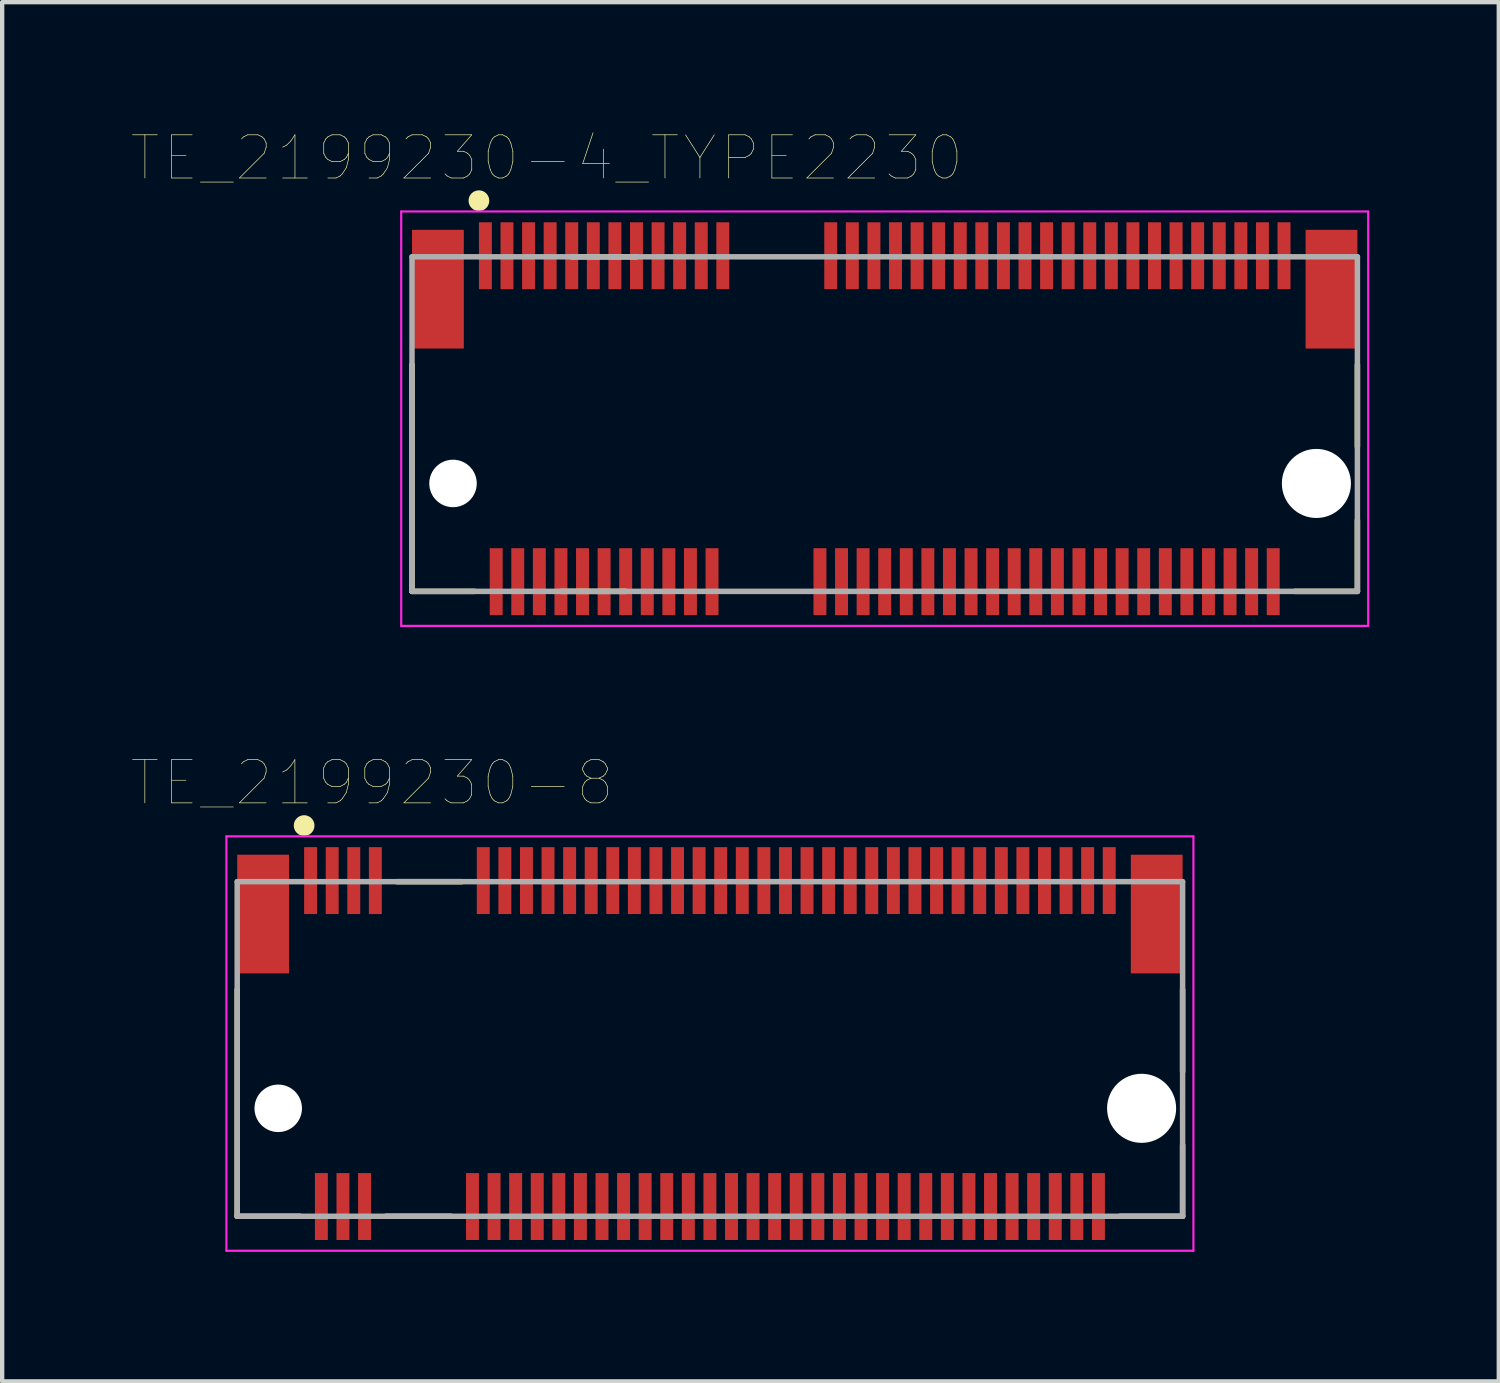
<source format=kicad_pcb>
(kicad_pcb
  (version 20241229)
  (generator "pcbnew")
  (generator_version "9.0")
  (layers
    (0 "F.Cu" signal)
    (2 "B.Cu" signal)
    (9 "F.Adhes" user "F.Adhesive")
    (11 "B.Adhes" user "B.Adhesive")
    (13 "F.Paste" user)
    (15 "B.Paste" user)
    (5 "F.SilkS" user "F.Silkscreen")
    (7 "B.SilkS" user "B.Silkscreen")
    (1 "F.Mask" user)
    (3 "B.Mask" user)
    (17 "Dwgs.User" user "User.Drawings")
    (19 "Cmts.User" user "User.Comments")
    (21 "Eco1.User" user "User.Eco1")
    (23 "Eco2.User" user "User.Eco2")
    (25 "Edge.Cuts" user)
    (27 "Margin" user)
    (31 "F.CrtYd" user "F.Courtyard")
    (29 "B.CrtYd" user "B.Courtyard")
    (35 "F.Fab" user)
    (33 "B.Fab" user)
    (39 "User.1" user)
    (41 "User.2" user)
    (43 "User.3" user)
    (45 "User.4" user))
  (footprint "TE_2199230-4_TYPE2230"
    (layer "F.Cu")
    (at 17.444 8.149)
    (property "Reference" "TE_2199230-4_TYPE2230" (at -7.828 -7.538 0) (layer "F.SilkS") (effects (font (size 1 1) (thickness 0.015))))
    (attr through_hole)
    (fp_line (start -10.95 2.5) (end -10.95 -2.75) (stroke (width 0.127) (type solid)) (layer "F.SilkS"))
    (fp_line (start -9.5 2.5) (end -10.95 2.5) (stroke (width 0.127) (type solid)) (layer "F.SilkS"))
    (fp_line (start -7.5 2.5) (end -6 2.5) (stroke (width 0.127) (type solid)) (layer "F.SilkS"))
    (fp_line (start -5.75 -5.25) (end -7.25 -5.25) (stroke (width 0.127) (type solid)) (layer "F.SilkS"))
    (fp_line (start 9.5 2.5) (end 10.95 2.5) (stroke (width 0.127) (type solid)) (layer "F.SilkS"))
    (fp_line (start 10.95 -0.85) (end 10.95 -2.75) (stroke (width 0.127) (type solid)) (layer "F.SilkS"))
    (fp_line (start 10.95 2.5) (end 10.95 0.85) (stroke (width 0.127) (type solid)) (layer "F.SilkS"))
    (fp_circle (center -9.4 -6.55) (end -9.28 -6.55) (stroke (width 0.24) (type solid)) (fill no) (layer "F.SilkS"))
    (fp_line (start -11.2 -6.3) (end 11.2 -6.3) (stroke (width 0.05) (type solid)) (layer "F.CrtYd"))
    (fp_line (start -11.2 3.3) (end -11.2 -6.3) (stroke (width 0.05) (type solid)) (layer "F.CrtYd"))
    (fp_line (start 11.2 -6.3) (end 11.2 3.3) (stroke (width 0.05) (type solid)) (layer "F.CrtYd"))
    (fp_line (start 11.2 3.3) (end -11.2 3.3) (stroke (width 0.05) (type solid)) (layer "F.CrtYd"))
    (fp_line (start -10.95 -5.25) (end 10.95 -5.25) (stroke (width 0.127) (type solid)) (layer "F.Fab"))
    (fp_line (start -10.95 2.5) (end -10.95 -5.25) (stroke (width 0.127) (type solid)) (layer "F.Fab"))
    (fp_line (start 10.95 -5.25) (end 10.95 2.5) (stroke (width 0.127) (type solid)) (layer "F.Fab"))
    (fp_line (start 10.95 2.5) (end -10.95 2.5) (stroke (width 0.127) (type solid)) (layer "F.Fab"))
    (pad "" np_thru_hole circle (at -10 0) (size 1.1 1.1) (drill 1.1) (layers "*.Cu" "*.Mask"))
    (pad "" np_thru_hole circle (at 10 0) (size 1.6 1.6) (drill 1.6) (layers "*.Cu" "*.Mask"))
    (pad "1" smd rect (at -9.25 -5.275) (size 0.3 1.55) (layers "F.Cu" "F.Mask" "F.Paste"))
    (pad "2" smd rect (at -9 2.275) (size 0.3 1.55) (layers "F.Cu" "F.Mask" "F.Paste"))
    (pad "3" smd rect (at -8.75 -5.275) (size 0.3 1.55) (layers "F.Cu" "F.Mask" "F.Paste"))
    (pad "4" smd rect (at -8.5 2.275) (size 0.3 1.55) (layers "F.Cu" "F.Mask" "F.Paste"))
    (pad "5" smd rect (at -8.25 -5.275) (size 0.3 1.55) (layers "F.Cu" "F.Mask" "F.Paste"))
    (pad "6" smd rect (at -8 2.275) (size 0.3 1.55) (layers "F.Cu" "F.Mask" "F.Paste"))
    (pad "7" smd rect (at -7.75 -5.275) (size 0.3 1.55) (layers "F.Cu" "F.Mask" "F.Paste"))
    (pad "8" smd rect (at -7.5 2.275) (size 0.3 1.55) (layers "F.Cu" "F.Mask" "F.Paste"))
    (pad "9" smd rect (at -7.25 -5.275) (size 0.3 1.55) (layers "F.Cu" "F.Mask" "F.Paste"))
    (pad "10" smd rect (at -7 2.275) (size 0.3 1.55) (layers "F.Cu" "F.Mask" "F.Paste"))
    (pad "11" smd rect (at -6.75 -5.275) (size 0.3 1.55) (layers "F.Cu" "F.Mask" "F.Paste"))
    (pad "12" smd rect (at -6.5 2.275) (size 0.3 1.55) (layers "F.Cu" "F.Mask" "F.Paste"))
    (pad "13" smd rect (at -6.25 -5.275) (size 0.3 1.55) (layers "F.Cu" "F.Mask" "F.Paste"))
    (pad "14" smd rect (at -6 2.275) (size 0.3 1.55) (layers "F.Cu" "F.Mask" "F.Paste"))
    (pad "15" smd rect (at -5.75 -5.275) (size 0.3 1.55) (layers "F.Cu" "F.Mask" "F.Paste"))
    (pad "16" smd rect (at -5.5 2.275) (size 0.3 1.55) (layers "F.Cu" "F.Mask" "F.Paste"))
    (pad "17" smd rect (at -5.25 -5.275) (size 0.3 1.55) (layers "F.Cu" "F.Mask" "F.Paste"))
    (pad "18" smd rect (at -5 2.275) (size 0.3 1.55) (layers "F.Cu" "F.Mask" "F.Paste"))
    (pad "19" smd rect (at -4.75 -5.275) (size 0.3 1.55) (layers "F.Cu" "F.Mask" "F.Paste"))
    (pad "20" smd rect (at -4.5 2.275) (size 0.3 1.55) (layers "F.Cu" "F.Mask" "F.Paste"))
    (pad "21" smd rect (at -4.25 -5.275) (size 0.3 1.55) (layers "F.Cu" "F.Mask" "F.Paste"))
    (pad "22" smd rect (at -4 2.275) (size 0.3 1.55) (layers "F.Cu" "F.Mask" "F.Paste"))
    (pad "23" smd rect (at -3.75 -5.275) (size 0.3 1.55) (layers "F.Cu" "F.Mask" "F.Paste"))
    (pad "32" smd rect (at -1.5 2.275) (size 0.3 1.55) (layers "F.Cu" "F.Mask" "F.Paste"))
    (pad "33" smd rect (at -1.25 -5.275) (size 0.3 1.55) (layers "F.Cu" "F.Mask" "F.Paste"))
    (pad "34" smd rect (at -1 2.275) (size 0.3 1.55) (layers "F.Cu" "F.Mask" "F.Paste"))
    (pad "35" smd rect (at -0.75 -5.275) (size 0.3 1.55) (layers "F.Cu" "F.Mask" "F.Paste"))
    (pad "36" smd rect (at -0.5 2.275) (size 0.3 1.55) (layers "F.Cu" "F.Mask" "F.Paste"))
    (pad "37" smd rect (at -0.25 -5.275) (size 0.3 1.55) (layers "F.Cu" "F.Mask" "F.Paste"))
    (pad "38" smd rect (at 0 2.275) (size 0.3 1.55) (layers "F.Cu" "F.Mask" "F.Paste"))
    (pad "39" smd rect (at 0.25 -5.275) (size 0.3 1.55) (layers "F.Cu" "F.Mask" "F.Paste"))
    (pad "40" smd rect (at 0.5 2.275) (size 0.3 1.55) (layers "F.Cu" "F.Mask" "F.Paste"))
    (pad "41" smd rect (at 0.75 -5.275) (size 0.3 1.55) (layers "F.Cu" "F.Mask" "F.Paste"))
    (pad "42" smd rect (at 1 2.275) (size 0.3 1.55) (layers "F.Cu" "F.Mask" "F.Paste"))
    (pad "43" smd rect (at 1.25 -5.275) (size 0.3 1.55) (layers "F.Cu" "F.Mask" "F.Paste"))
    (pad "44" smd rect (at 1.5 2.275) (size 0.3 1.55) (layers "F.Cu" "F.Mask" "F.Paste"))
    (pad "45" smd rect (at 1.75 -5.275) (size 0.3 1.55) (layers "F.Cu" "F.Mask" "F.Paste"))
    (pad "46" smd rect (at 2 2.275) (size 0.3 1.55) (layers "F.Cu" "F.Mask" "F.Paste"))
    (pad "47" smd rect (at 2.25 -5.275) (size 0.3 1.55) (layers "F.Cu" "F.Mask" "F.Paste"))
    (pad "48" smd rect (at 2.5 2.275) (size 0.3 1.55) (layers "F.Cu" "F.Mask" "F.Paste"))
    (pad "49" smd rect (at 2.75 -5.275) (size 0.3 1.55) (layers "F.Cu" "F.Mask" "F.Paste"))
    (pad "50" smd rect (at 3 2.275) (size 0.3 1.55) (layers "F.Cu" "F.Mask" "F.Paste"))
    (pad "51" smd rect (at 3.25 -5.275) (size 0.3 1.55) (layers "F.Cu" "F.Mask" "F.Paste"))
    (pad "52" smd rect (at 3.5 2.275) (size 0.3 1.55) (layers "F.Cu" "F.Mask" "F.Paste"))
    (pad "53" smd rect (at 3.75 -5.275) (size 0.3 1.55) (layers "F.Cu" "F.Mask" "F.Paste"))
    (pad "54" smd rect (at 4 2.275) (size 0.3 1.55) (layers "F.Cu" "F.Mask" "F.Paste"))
    (pad "55" smd rect (at 4.25 -5.275) (size 0.3 1.55) (layers "F.Cu" "F.Mask" "F.Paste"))
    (pad "56" smd rect (at 4.5 2.275) (size 0.3 1.55) (layers "F.Cu" "F.Mask" "F.Paste"))
    (pad "57" smd rect (at 4.75 -5.275) (size 0.3 1.55) (layers "F.Cu" "F.Mask" "F.Paste"))
    (pad "58" smd rect (at 5 2.275) (size 0.3 1.55) (layers "F.Cu" "F.Mask" "F.Paste"))
    (pad "59" smd rect (at 5.25 -5.275) (size 0.3 1.55) (layers "F.Cu" "F.Mask" "F.Paste"))
    (pad "60" smd rect (at 5.5 2.275) (size 0.3 1.55) (layers "F.Cu" "F.Mask" "F.Paste"))
    (pad "61" smd rect (at 5.75 -5.275) (size 0.3 1.55) (layers "F.Cu" "F.Mask" "F.Paste"))
    (pad "62" smd rect (at 6 2.275) (size 0.3 1.55) (layers "F.Cu" "F.Mask" "F.Paste"))
    (pad "63" smd rect (at 6.25 -5.275) (size 0.3 1.55) (layers "F.Cu" "F.Mask" "F.Paste"))
    (pad "64" smd rect (at 6.5 2.275) (size 0.3 1.55) (layers "F.Cu" "F.Mask" "F.Paste"))
    (pad "65" smd rect (at 6.75 -5.275) (size 0.3 1.55) (layers "F.Cu" "F.Mask" "F.Paste"))
    (pad "66" smd rect (at 7 2.275) (size 0.3 1.55) (layers "F.Cu" "F.Mask" "F.Paste"))
    (pad "67" smd rect (at 7.25 -5.275) (size 0.3 1.55) (layers "F.Cu" "F.Mask" "F.Paste"))
    (pad "68" smd rect (at 7.5 2.275) (size 0.3 1.55) (layers "F.Cu" "F.Mask" "F.Paste"))
    (pad "69" smd rect (at 7.75 -5.275) (size 0.3 1.55) (layers "F.Cu" "F.Mask" "F.Paste"))
    (pad "70" smd rect (at 8 2.275) (size 0.3 1.55) (layers "F.Cu" "F.Mask" "F.Paste"))
    (pad "71" smd rect (at 8.25 -5.275) (size 0.3 1.55) (layers "F.Cu" "F.Mask" "F.Paste"))
    (pad "72" smd rect (at 8.5 2.275) (size 0.3 1.55) (layers "F.Cu" "F.Mask" "F.Paste"))
    (pad "73" smd rect (at 8.75 -5.275) (size 0.3 1.55) (layers "F.Cu" "F.Mask" "F.Paste"))
    (pad "74" smd rect (at 9 2.275) (size 0.3 1.55) (layers "F.Cu" "F.Mask" "F.Paste"))
    (pad "75" smd rect (at 9.25 -5.275) (size 0.3 1.55) (layers "F.Cu" "F.Mask" "F.Paste"))
    (pad "SH1" smd rect (at -10.35 -4.5) (size 1.2 2.75) (layers "F.Cu" "F.Mask" "F.Paste"))
    (pad "SH2" smd rect (at 10.35 -4.5) (size 1.2 2.75) (layers "F.Cu" "F.Mask" "F.Paste")))
  (footprint "TE_2199230-8"
    (layer "F.Cu")
    (at 13.395 22.624)
    (property "Reference" "TE_2199230-8" (at -7.828 -7.538 0) (layer "F.SilkS") (effects (font (size 1 1) (thickness 0.015))))
    (attr through_hole)
    (fp_line (start -10.95 2.5) (end -10.95 -2.75) (stroke (width 0.127) (type solid)) (layer "F.SilkS"))
    (fp_line (start -9.5 2.5) (end -10.95 2.5) (stroke (width 0.127) (type solid)) (layer "F.SilkS"))
    (fp_line (start -7.5 2.5) (end -6 2.5) (stroke (width 0.127) (type solid)) (layer "F.SilkS"))
    (fp_line (start -5.75 -5.25) (end -7.25 -5.25) (stroke (width 0.127) (type solid)) (layer "F.SilkS"))
    (fp_line (start 9.5 2.5) (end 10.95 2.5) (stroke (width 0.127) (type solid)) (layer "F.SilkS"))
    (fp_line (start 10.95 -0.85) (end 10.95 -2.75) (stroke (width 0.127) (type solid)) (layer "F.SilkS"))
    (fp_line (start 10.95 2.5) (end 10.95 0.85) (stroke (width 0.127) (type solid)) (layer "F.SilkS"))
    (fp_circle (center -9.4 -6.55) (end -9.28 -6.55) (stroke (width 0.24) (type solid)) (fill no) (layer "F.SilkS"))
    (fp_line (start -11.2 -6.3) (end 11.2 -6.3) (stroke (width 0.05) (type solid)) (layer "F.CrtYd"))
    (fp_line (start -11.2 3.3) (end -11.2 -6.3) (stroke (width 0.05) (type solid)) (layer "F.CrtYd"))
    (fp_line (start 11.2 -6.3) (end 11.2 3.3) (stroke (width 0.05) (type solid)) (layer "F.CrtYd"))
    (fp_line (start 11.2 3.3) (end -11.2 3.3) (stroke (width 0.05) (type solid)) (layer "F.CrtYd"))
    (fp_line (start -10.95 -5.25) (end 10.95 -5.25) (stroke (width 0.127) (type solid)) (layer "F.Fab"))
    (fp_line (start -10.95 2.5) (end -10.95 -5.25) (stroke (width 0.127) (type solid)) (layer "F.Fab"))
    (fp_line (start 10.95 -5.25) (end 10.95 2.5) (stroke (width 0.127) (type solid)) (layer "F.Fab"))
    (fp_line (start 10.95 2.5) (end -10.95 2.5) (stroke (width 0.127) (type solid)) (layer "F.Fab"))
    (pad "" np_thru_hole circle (at -10 0) (size 1.1 1.1) (drill 1.1) (layers "*.Cu" "*.Mask"))
    (pad "" np_thru_hole circle (at 10 0) (size 1.6 1.6) (drill 1.6) (layers "*.Cu" "*.Mask"))
    (pad "1" smd rect (at -9.25 -5.275) (size 0.3 1.55) (layers "F.Cu" "F.Mask" "F.Paste"))
    (pad "2" smd rect (at -9 2.275) (size 0.3 1.55) (layers "F.Cu" "F.Mask" "F.Paste"))
    (pad "3" smd rect (at -8.75 -5.275) (size 0.3 1.55) (layers "F.Cu" "F.Mask" "F.Paste"))
    (pad "4" smd rect (at -8.5 2.275) (size 0.3 1.55) (layers "F.Cu" "F.Mask" "F.Paste"))
    (pad "5" smd rect (at -8.25 -5.275) (size 0.3 1.55) (layers "F.Cu" "F.Mask" "F.Paste"))
    (pad "6" smd rect (at -8 2.275) (size 0.3 1.55) (layers "F.Cu" "F.Mask" "F.Paste"))
    (pad "7" smd rect (at -7.75 -5.275) (size 0.3 1.55) (layers "F.Cu" "F.Mask" "F.Paste"))
    (pad "16" smd rect (at -5.5 2.275) (size 0.3 1.55) (layers "F.Cu" "F.Mask" "F.Paste"))
    (pad "17" smd rect (at -5.25 -5.275) (size 0.3 1.55) (layers "F.Cu" "F.Mask" "F.Paste"))
    (pad "18" smd rect (at -5 2.275) (size 0.3 1.55) (layers "F.Cu" "F.Mask" "F.Paste"))
    (pad "19" smd rect (at -4.75 -5.275) (size 0.3 1.55) (layers "F.Cu" "F.Mask" "F.Paste"))
    (pad "20" smd rect (at -4.5 2.275) (size 0.3 1.55) (layers "F.Cu" "F.Mask" "F.Paste"))
    (pad "21" smd rect (at -4.25 -5.275) (size 0.3 1.55) (layers "F.Cu" "F.Mask" "F.Paste"))
    (pad "22" smd rect (at -4 2.275) (size 0.3 1.55) (layers "F.Cu" "F.Mask" "F.Paste"))
    (pad "23" smd rect (at -3.75 -5.275) (size 0.3 1.55) (layers "F.Cu" "F.Mask" "F.Paste"))
    (pad "24" smd rect (at -3.5 2.275) (size 0.3 1.55) (layers "F.Cu" "F.Mask" "F.Paste"))
    (pad "25" smd rect (at -3.25 -5.275) (size 0.3 1.55) (layers "F.Cu" "F.Mask" "F.Paste"))
    (pad "26" smd rect (at -3 2.275) (size 0.3 1.55) (layers "F.Cu" "F.Mask" "F.Paste"))
    (pad "27" smd rect (at -2.75 -5.275) (size 0.3 1.55) (layers "F.Cu" "F.Mask" "F.Paste"))
    (pad "28" smd rect (at -2.5 2.275) (size 0.3 1.55) (layers "F.Cu" "F.Mask" "F.Paste"))
    (pad "29" smd rect (at -2.25 -5.275) (size 0.3 1.55) (layers "F.Cu" "F.Mask" "F.Paste"))
    (pad "30" smd rect (at -2 2.275) (size 0.3 1.55) (layers "F.Cu" "F.Mask" "F.Paste"))
    (pad "31" smd rect (at -1.75 -5.275) (size 0.3 1.55) (layers "F.Cu" "F.Mask" "F.Paste"))
    (pad "32" smd rect (at -1.5 2.275) (size 0.3 1.55) (layers "F.Cu" "F.Mask" "F.Paste"))
    (pad "33" smd rect (at -1.25 -5.275) (size 0.3 1.55) (layers "F.Cu" "F.Mask" "F.Paste"))
    (pad "34" smd rect (at -1 2.275) (size 0.3 1.55) (layers "F.Cu" "F.Mask" "F.Paste"))
    (pad "35" smd rect (at -0.75 -5.275) (size 0.3 1.55) (layers "F.Cu" "F.Mask" "F.Paste"))
    (pad "36" smd rect (at -0.5 2.275) (size 0.3 1.55) (layers "F.Cu" "F.Mask" "F.Paste"))
    (pad "37" smd rect (at -0.25 -5.275) (size 0.3 1.55) (layers "F.Cu" "F.Mask" "F.Paste"))
    (pad "38" smd rect (at 0 2.275) (size 0.3 1.55) (layers "F.Cu" "F.Mask" "F.Paste"))
    (pad "39" smd rect (at 0.25 -5.275) (size 0.3 1.55) (layers "F.Cu" "F.Mask" "F.Paste"))
    (pad "40" smd rect (at 0.5 2.275) (size 0.3 1.55) (layers "F.Cu" "F.Mask" "F.Paste"))
    (pad "41" smd rect (at 0.75 -5.275) (size 0.3 1.55) (layers "F.Cu" "F.Mask" "F.Paste"))
    (pad "42" smd rect (at 1 2.275) (size 0.3 1.55) (layers "F.Cu" "F.Mask" "F.Paste"))
    (pad "43" smd rect (at 1.25 -5.275) (size 0.3 1.55) (layers "F.Cu" "F.Mask" "F.Paste"))
    (pad "44" smd rect (at 1.5 2.275) (size 0.3 1.55) (layers "F.Cu" "F.Mask" "F.Paste"))
    (pad "45" smd rect (at 1.75 -5.275) (size 0.3 1.55) (layers "F.Cu" "F.Mask" "F.Paste"))
    (pad "46" smd rect (at 2 2.275) (size 0.3 1.55) (layers "F.Cu" "F.Mask" "F.Paste"))
    (pad "47" smd rect (at 2.25 -5.275) (size 0.3 1.55) (layers "F.Cu" "F.Mask" "F.Paste"))
    (pad "48" smd rect (at 2.5 2.275) (size 0.3 1.55) (layers "F.Cu" "F.Mask" "F.Paste"))
    (pad "49" smd rect (at 2.75 -5.275) (size 0.3 1.55) (layers "F.Cu" "F.Mask" "F.Paste"))
    (pad "50" smd rect (at 3 2.275) (size 0.3 1.55) (layers "F.Cu" "F.Mask" "F.Paste"))
    (pad "51" smd rect (at 3.25 -5.275) (size 0.3 1.55) (layers "F.Cu" "F.Mask" "F.Paste"))
    (pad "52" smd rect (at 3.5 2.275) (size 0.3 1.55) (layers "F.Cu" "F.Mask" "F.Paste"))
    (pad "53" smd rect (at 3.75 -5.275) (size 0.3 1.55) (layers "F.Cu" "F.Mask" "F.Paste"))
    (pad "54" smd rect (at 4 2.275) (size 0.3 1.55) (layers "F.Cu" "F.Mask" "F.Paste"))
    (pad "55" smd rect (at 4.25 -5.275) (size 0.3 1.55) (layers "F.Cu" "F.Mask" "F.Paste"))
    (pad "56" smd rect (at 4.5 2.275) (size 0.3 1.55) (layers "F.Cu" "F.Mask" "F.Paste"))
    (pad "57" smd rect (at 4.75 -5.275) (size 0.3 1.55) (layers "F.Cu" "F.Mask" "F.Paste"))
    (pad "58" smd rect (at 5 2.275) (size 0.3 1.55) (layers "F.Cu" "F.Mask" "F.Paste"))
    (pad "59" smd rect (at 5.25 -5.275) (size 0.3 1.55) (layers "F.Cu" "F.Mask" "F.Paste"))
    (pad "60" smd rect (at 5.5 2.275) (size 0.3 1.55) (layers "F.Cu" "F.Mask" "F.Paste"))
    (pad "61" smd rect (at 5.75 -5.275) (size 0.3 1.55) (layers "F.Cu" "F.Mask" "F.Paste"))
    (pad "62" smd rect (at 6 2.275) (size 0.3 1.55) (layers "F.Cu" "F.Mask" "F.Paste"))
    (pad "63" smd rect (at 6.25 -5.275) (size 0.3 1.55) (layers "F.Cu" "F.Mask" "F.Paste"))
    (pad "64" smd rect (at 6.5 2.275) (size 0.3 1.55) (layers "F.Cu" "F.Mask" "F.Paste"))
    (pad "65" smd rect (at 6.75 -5.275) (size 0.3 1.55) (layers "F.Cu" "F.Mask" "F.Paste"))
    (pad "66" smd rect (at 7 2.275) (size 0.3 1.55) (layers "F.Cu" "F.Mask" "F.Paste"))
    (pad "67" smd rect (at 7.25 -5.275) (size 0.3 1.55) (layers "F.Cu" "F.Mask" "F.Paste"))
    (pad "68" smd rect (at 7.5 2.275) (size 0.3 1.55) (layers "F.Cu" "F.Mask" "F.Paste"))
    (pad "69" smd rect (at 7.75 -5.275) (size 0.3 1.55) (layers "F.Cu" "F.Mask" "F.Paste"))
    (pad "70" smd rect (at 8 2.275) (size 0.3 1.55) (layers "F.Cu" "F.Mask" "F.Paste"))
    (pad "71" smd rect (at 8.25 -5.275) (size 0.3 1.55) (layers "F.Cu" "F.Mask" "F.Paste"))
    (pad "72" smd rect (at 8.5 2.275) (size 0.3 1.55) (layers "F.Cu" "F.Mask" "F.Paste"))
    (pad "73" smd rect (at 8.75 -5.275) (size 0.3 1.55) (layers "F.Cu" "F.Mask" "F.Paste"))
    (pad "74" smd rect (at 9 2.275) (size 0.3 1.55) (layers "F.Cu" "F.Mask" "F.Paste"))
    (pad "75" smd rect (at 9.25 -5.275) (size 0.3 1.55) (layers "F.Cu" "F.Mask" "F.Paste"))
    (pad "SH1" smd rect (at -10.35 -4.5) (size 1.2 2.75) (layers "F.Cu" "F.Mask" "F.Paste"))
    (pad "SH2" smd rect (at 10.35 -4.5) (size 1.2 2.75) (layers "F.Cu" "F.Mask" "F.Paste")))
  (gr_rect
    (start -3 -3)
    (end 31.669 28.949)
    (stroke (width 0.1) (type default))
    (fill no)
    (layer "Edge.Cuts")))
</source>
